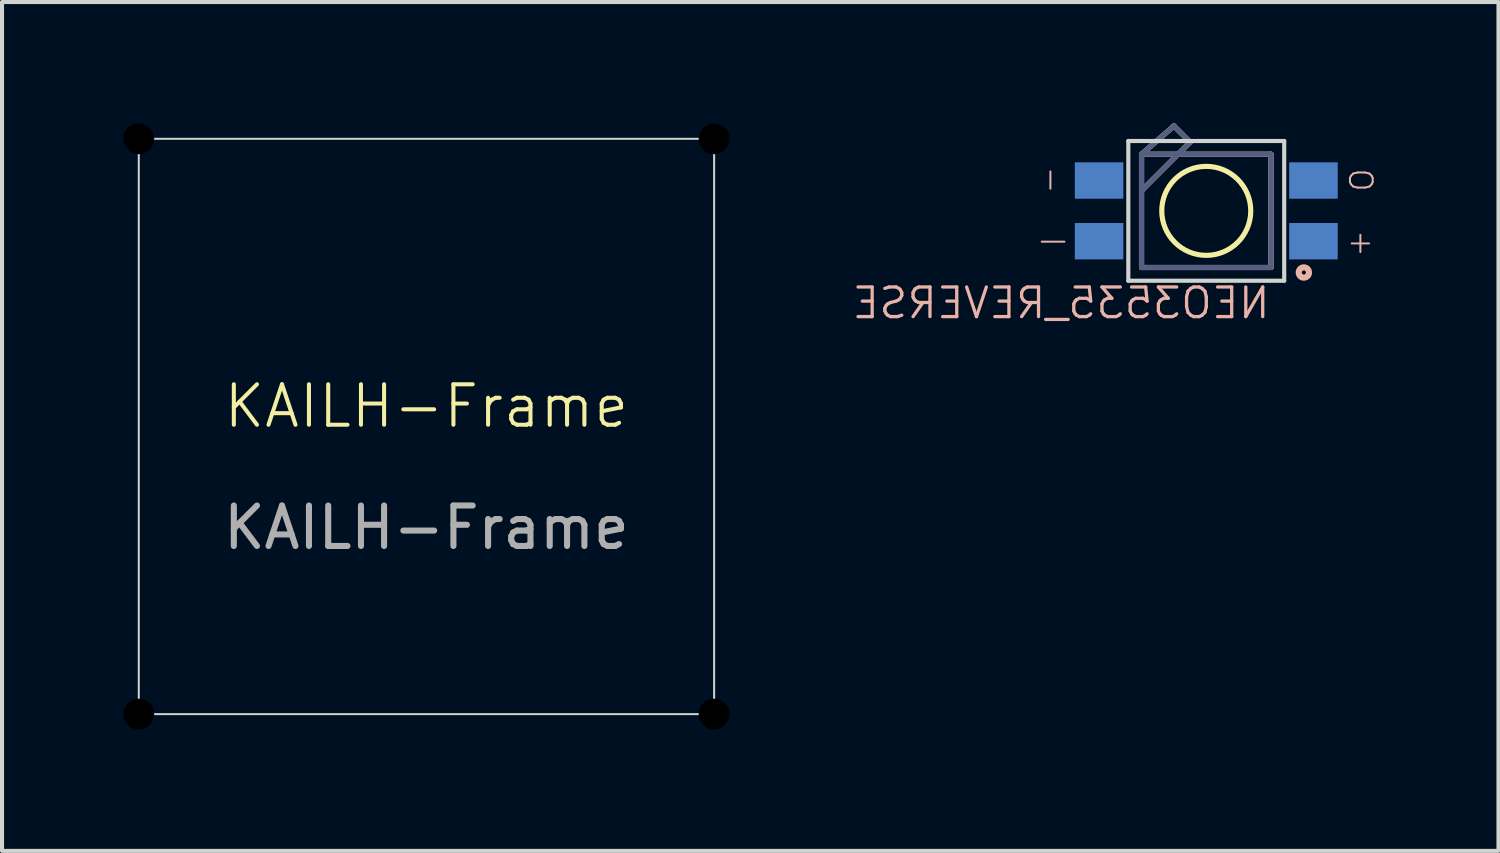
<source format=kicad_pcb>
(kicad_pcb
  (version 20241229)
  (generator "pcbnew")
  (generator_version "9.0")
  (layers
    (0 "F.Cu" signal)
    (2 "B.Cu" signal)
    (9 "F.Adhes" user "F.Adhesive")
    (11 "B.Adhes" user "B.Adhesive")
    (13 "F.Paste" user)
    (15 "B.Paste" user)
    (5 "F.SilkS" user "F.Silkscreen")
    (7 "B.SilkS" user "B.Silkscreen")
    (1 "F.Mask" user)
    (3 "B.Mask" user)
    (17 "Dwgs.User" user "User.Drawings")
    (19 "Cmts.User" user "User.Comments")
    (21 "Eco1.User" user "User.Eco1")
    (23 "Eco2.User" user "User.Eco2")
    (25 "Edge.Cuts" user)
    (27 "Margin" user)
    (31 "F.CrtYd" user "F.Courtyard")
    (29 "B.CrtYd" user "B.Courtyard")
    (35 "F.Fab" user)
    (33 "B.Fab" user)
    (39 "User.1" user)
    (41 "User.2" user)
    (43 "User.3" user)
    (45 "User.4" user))
  (footprint "KAILH-Frame"
    (layer "F.Cu")
    (at 7.493 7.493)
    (property "Reference" "KAILH-Frame" (at 0 -0.5 0) (unlocked yes) (layer "F.SilkS") (effects (font (size 1 1) (thickness 0.1))))
    (fp_rect (start -7.112 -7.112) (end 7.112 7.112) (stroke (width 0.05) (type default)) (fill no) (layer "Edge.Cuts"))
    (fp_text user "${REFERENCE}" (at 0 2.5 0) (unlocked yes) (layer "F.Fab") (effects (font (size 1 1) (thickness 0.15))))
    (pad "" np_thru_hole circle (at -7.112 -7.112) (size 0.762 0.762) (drill 0.762) (layers "*.Mask"))
    (pad "" np_thru_hole circle (at -7.112 7.112) (size 0.762 0.762) (drill 0.762) (layers "*.Mask"))
    (pad "" np_thru_hole circle (at 7.112 -7.112) (size 0.762 0.762) (drill 0.762) (layers "*.Mask"))
    (pad "" np_thru_hole circle (at 7.112 7.112) (size 0.762 0.762) (drill 0.762) (layers "*.Mask")))
  (footprint "NEO3535_REVERSE"
    (layer "F.Cu")
    (at 26.772 2.163)
    (property "Reference" "NEO3535_REVERSE" (at 1.623 2.708 0) (unlocked yes) (layer "B.SilkS") (effects (font (size 0.732 0.732) (thickness 0.081)) (justify left bottom mirror)))
    (fp_line (start -1.6 -1.4) (end -0.7 -1.4) (stroke (width 0.127) (type solid)) (layer "F.SilkS"))
    (fp_line (start -1.6 -0.5) (end -1.6 -1.4) (stroke (width 0.127) (type solid)) (layer "F.SilkS"))
    (fp_line (start -1.6 -0.5) (end -0.7 -1.4) (stroke (width 0.127) (type solid)) (layer "F.SilkS"))
    (fp_line (start -1.6 1.4) (end -1.6 -0.5) (stroke (width 0.127) (type solid)) (layer "F.SilkS"))
    (fp_line (start -0.8 -2.1) (end -1.6 -1.4) (stroke (width 0.127) (type solid)) (layer "F.SilkS"))
    (fp_line (start -0.7 -1.4) (end -0.4 -1.7) (stroke (width 0.127) (type solid)) (layer "F.SilkS"))
    (fp_line (start -0.7 -1.4) (end 1.6 -1.4) (stroke (width 0.127) (type solid)) (layer "F.SilkS"))
    (fp_line (start -0.4 -1.7) (end -0.8 -2.1) (stroke (width 0.127) (type solid)) (layer "F.SilkS"))
    (fp_line (start 1.6 -1.4) (end 1.6 1.4) (stroke (width 0.127) (type solid)) (layer "F.SilkS"))
    (fp_line (start 1.6 1.4) (end -1.6 1.4) (stroke (width 0.127) (type solid)) (layer "F.SilkS"))
    (fp_circle (center 0 0) (end 1.1 0) (stroke (width 0.127) (type solid)) (fill no) (layer "F.SilkS"))
    (fp_circle (center 2.413 1.524) (end 2.54 1.524) (stroke (width 0.152) (type solid)) (fill no) (layer "B.SilkS"))
    (fp_line (start -1.927 -1.727) (end 1.927 -1.727) (stroke (width 0.102) (type solid)) (layer "Edge.Cuts"))
    (fp_line (start -1.927 1.727) (end -1.927 -1.727) (stroke (width 0.102) (type solid)) (layer "Edge.Cuts"))
    (fp_line (start 1.927 -1.727) (end 1.927 1.727) (stroke (width 0.102) (type solid)) (layer "Edge.Cuts"))
    (fp_line (start 1.927 1.727) (end -1.927 1.727) (stroke (width 0.102) (type solid)) (layer "Edge.Cuts"))
    (fp_line (start -1.6 -1.4) (end -0.7 -1.4) (stroke (width 0.127) (type solid)) (layer "B.Fab"))
    (fp_line (start -1.6 -0.5) (end -1.6 -1.4) (stroke (width 0.127) (type solid)) (layer "B.Fab"))
    (fp_line (start -1.6 -0.5) (end -0.7 -1.4) (stroke (width 0.127) (type solid)) (layer "B.Fab"))
    (fp_line (start -1.6 1.4) (end -1.6 -0.5) (stroke (width 0.127) (type solid)) (layer "B.Fab"))
    (fp_line (start -0.8 -2.1) (end -1.6 -1.4) (stroke (width 0.127) (type solid)) (layer "B.Fab"))
    (fp_line (start -0.7 -1.4) (end -0.4 -1.7) (stroke (width 0.127) (type solid)) (layer "B.Fab"))
    (fp_line (start -0.7 -1.4) (end 1.6 -1.4) (stroke (width 0.127) (type solid)) (layer "B.Fab"))
    (fp_line (start -0.4 -1.7) (end -0.8 -2.1) (stroke (width 0.127) (type solid)) (layer "B.Fab"))
    (fp_line (start 1.6 -1.4) (end 1.6 1.4) (stroke (width 0.127) (type solid)) (layer "B.Fab"))
    (fp_line (start 1.6 1.4) (end -1.6 1.4) (stroke (width 0.127) (type solid)) (layer "B.Fab"))
    (fp_text user "I" (at -3.81 0.762 270) (unlocked yes) (layer "B.SilkS") (effects (font (size 0.561 0.561) (thickness 0.049)) (justify mirror)))
    (fp_text user "-" (at -3.81 -0.762 270) (unlocked yes) (layer "B.SilkS") (effects (font (size 0.561 0.561) (thickness 0.049)) (justify mirror)))
    (fp_text user "+" (at 3.81 0.762 0) (unlocked yes) (layer "B.SilkS") (effects (font (size 0.561 0.561) (thickness 0.049)) (justify mirror)))
    (fp_text user "O" (at 3.81 -0.762 270) (unlocked yes) (layer "B.SilkS") (effects (font (size 0.561 0.561) (thickness 0.049)) (justify mirror)))
    (pad "1" smd rect (at 2.65 0.75) (size 1.2 0.9) (layers "B.Cu" "B.Mask" "B.Paste"))
    (pad "2" smd rect (at 2.65 -0.75) (size 1.2 0.9) (layers "B.Cu" "B.Mask" "B.Paste"))
    (pad "3" smd rect (at -2.65 -0.75) (size 1.2 0.9) (layers "B.Cu" "B.Mask" "B.Paste"))
    (pad "4" smd rect (at -2.65 0.75) (size 1.2 0.9) (layers "B.Cu" "B.Mask" "B.Paste"))
    (zone (net_name "") (layer "F.Cu") (hatch edge 0.5) (connect_pads) (min_thickness 0.25) (filled_areas_thickness no) (keepout (tracks not_allowed) (vias not_allowed) (pads not_allowed) (copperpour not_allowed) (footprints allowed)) (placement (enabled no)) (fill) (polygon (pts (xy 24.872 3.864) (xy 28.672 3.864) (xy 28.672 0.464) (xy 24.872 0.464))))
    (zone (net_name "") (layer "B.Cu") (hatch edge 0.5) (connect_pads) (min_thickness 0.25) (filled_areas_thickness no) (keepout (tracks not_allowed) (vias not_allowed) (pads not_allowed) (copperpour not_allowed) (footprints allowed)) (placement (enabled no)) (fill) (polygon (pts (xy 24.745 3.99) (xy 28.799 3.99) (xy 28.799 0.337) (xy 24.745 0.337)))))
  (gr_rect
    (start -3 -3)
    (end 33.996 17.986)
    (stroke (width 0.1) (type default))
    (fill no)
    (layer "Edge.Cuts")))
</source>
